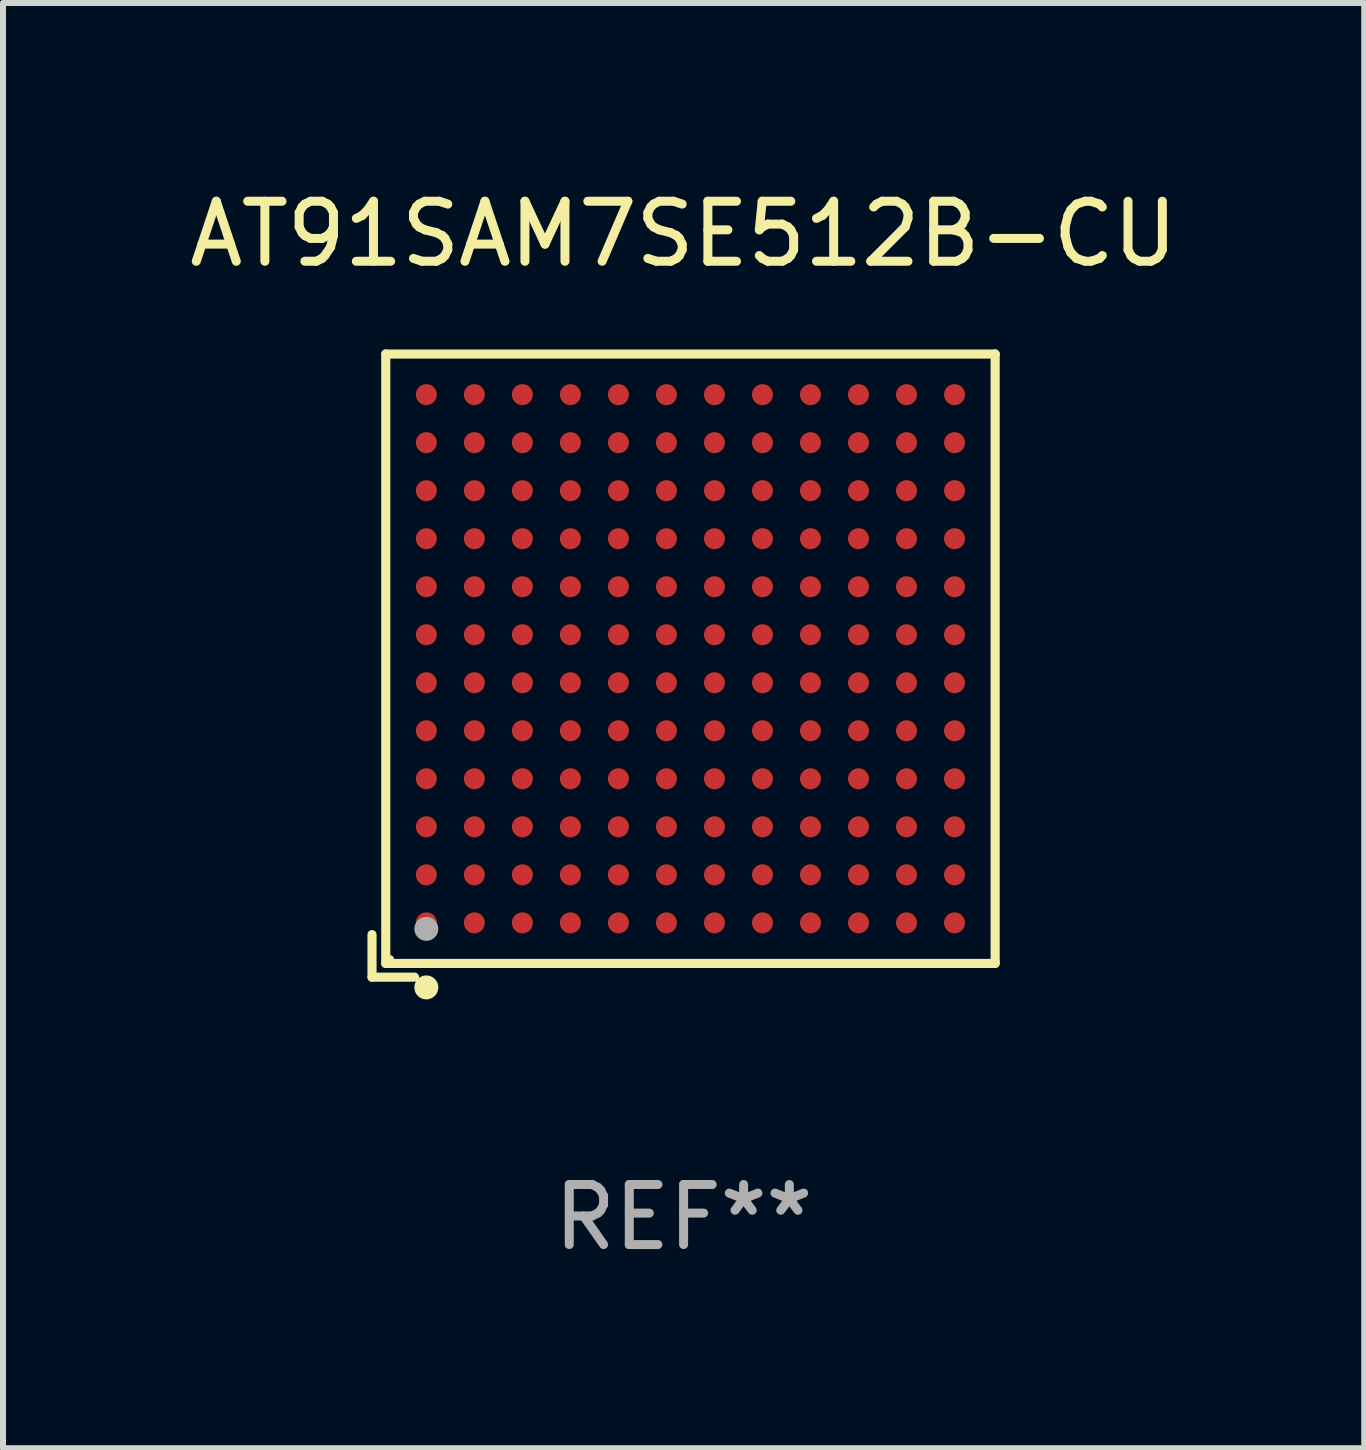
<source format=kicad_pcb>
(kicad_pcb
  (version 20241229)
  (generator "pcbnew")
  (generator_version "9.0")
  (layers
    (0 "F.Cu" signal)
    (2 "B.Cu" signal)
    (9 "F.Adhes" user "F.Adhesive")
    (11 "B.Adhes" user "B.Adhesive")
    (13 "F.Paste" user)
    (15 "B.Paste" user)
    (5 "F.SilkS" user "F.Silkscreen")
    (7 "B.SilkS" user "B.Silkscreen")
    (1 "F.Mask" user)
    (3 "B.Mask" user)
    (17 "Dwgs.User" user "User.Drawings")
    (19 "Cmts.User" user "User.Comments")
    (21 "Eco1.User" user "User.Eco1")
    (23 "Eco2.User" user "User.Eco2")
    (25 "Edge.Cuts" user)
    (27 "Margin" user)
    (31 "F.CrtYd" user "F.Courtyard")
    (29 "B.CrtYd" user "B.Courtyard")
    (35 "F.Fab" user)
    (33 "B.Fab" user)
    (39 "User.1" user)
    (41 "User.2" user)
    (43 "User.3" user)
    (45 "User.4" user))
  (footprint "AT91SAM7SE512B-CU"
    (layer "F.Cu")
    (at 8.339 8.039)
    (property "Reference" "AT91SAM7SE512B-CU" (at 0 -7.191 0) (layer "F.SilkS") (effects (font (size 1 1) (thickness 0.15))))
    (attr through_hole)
    (fp_line (start -5.191 4.482) (end -5.191 5.191) (stroke (width 0.152) (type solid)) (layer "F.SilkS"))
    (fp_line (start -5.191 5.191) (end -4.482 5.191) (stroke (width 0.152) (type solid)) (layer "F.SilkS"))
    (fp_line (start -4.962 -5.191) (end 5.191 -5.191) (stroke (width 0.152) (type solid)) (layer "F.SilkS"))
    (fp_line (start -4.962 4.962) (end -4.962 -5.191) (stroke (width 0.152) (type solid)) (layer "F.SilkS"))
    (fp_line (start 5.191 -5.191) (end 5.191 4.962) (stroke (width 0.152) (type solid)) (layer "F.SilkS"))
    (fp_line (start 5.191 4.962) (end -4.962 4.962) (stroke (width 0.152) (type solid)) (layer "F.SilkS"))
    (fp_circle (center -4.886 4.886) (end -4.856 4.886) (stroke (width 0.06) (type solid)) (fill no) (layer "F.SilkS"))
    (fp_circle (center -4.286 5.362) (end -4.186 5.362) (stroke (width 0.2) (type solid)) (fill no) (layer "F.SilkS"))
    (fp_circle (center -4.286 4.386) (end -4.186 4.386) (stroke (width 0.2) (type solid)) (fill no) (layer "F.Fab"))
    (fp_text user "REF**" (at 0 9.191 0) (layer "F.Fab") (effects (font (size 1 1) (thickness 0.15))))
    (pad "A1" smd circle (at -4.286 4.286) (size 0.35 0.35) (layers "F.Cu" "F.Mask" "F.Paste"))
    (pad "A2" smd circle (at -4.286 3.486) (size 0.35 0.35) (layers "F.Cu" "F.Mask" "F.Paste"))
    (pad "A3" smd circle (at -4.286 2.686) (size 0.35 0.35) (layers "F.Cu" "F.Mask" "F.Paste"))
    (pad "A4" smd circle (at -4.286 1.886) (size 0.35 0.35) (layers "F.Cu" "F.Mask" "F.Paste"))
    (pad "A5" smd circle (at -4.286 1.086) (size 0.35 0.35) (layers "F.Cu" "F.Mask" "F.Paste"))
    (pad "A6" smd circle (at -4.286 0.286) (size 0.35 0.35) (layers "F.Cu" "F.Mask" "F.Paste"))
    (pad "A7" smd circle (at -4.286 -0.514) (size 0.35 0.35) (layers "F.Cu" "F.Mask" "F.Paste"))
    (pad "A8" smd circle (at -4.286 -1.314) (size 0.35 0.35) (layers "F.Cu" "F.Mask" "F.Paste"))
    (pad "A9" smd circle (at -4.286 -2.114) (size 0.35 0.35) (layers "F.Cu" "F.Mask" "F.Paste"))
    (pad "A10" smd circle (at -4.286 -2.914) (size 0.35 0.35) (layers "F.Cu" "F.Mask" "F.Paste"))
    (pad "A11" smd circle (at -4.286 -3.714) (size 0.35 0.35) (layers "F.Cu" "F.Mask" "F.Paste"))
    (pad "A12" smd circle (at -4.286 -4.514) (size 0.35 0.35) (layers "F.Cu" "F.Mask" "F.Paste"))
    (pad "B1" smd circle (at -3.486 4.286) (size 0.35 0.35) (layers "F.Cu" "F.Mask" "F.Paste"))
    (pad "B2" smd circle (at -3.486 3.486) (size 0.35 0.35) (layers "F.Cu" "F.Mask" "F.Paste"))
    (pad "B3" smd circle (at -3.486 2.686) (size 0.35 0.35) (layers "F.Cu" "F.Mask" "F.Paste"))
    (pad "B4" smd circle (at -3.486 1.886) (size 0.35 0.35) (layers "F.Cu" "F.Mask" "F.Paste"))
    (pad "B5" smd circle (at -3.486 1.086) (size 0.35 0.35) (layers "F.Cu" "F.Mask" "F.Paste"))
    (pad "B6" smd circle (at -3.486 0.286) (size 0.35 0.35) (layers "F.Cu" "F.Mask" "F.Paste"))
    (pad "B7" smd circle (at -3.486 -0.514) (size 0.35 0.35) (layers "F.Cu" "F.Mask" "F.Paste"))
    (pad "B8" smd circle (at -3.486 -1.314) (size 0.35 0.35) (layers "F.Cu" "F.Mask" "F.Paste"))
    (pad "B9" smd circle (at -3.486 -2.114) (size 0.35 0.35) (layers "F.Cu" "F.Mask" "F.Paste"))
    (pad "B10" smd circle (at -3.486 -2.914) (size 0.35 0.35) (layers "F.Cu" "F.Mask" "F.Paste"))
    (pad "B11" smd circle (at -3.486 -3.714) (size 0.35 0.35) (layers "F.Cu" "F.Mask" "F.Paste"))
    (pad "B12" smd circle (at -3.486 -4.514) (size 0.35 0.35) (layers "F.Cu" "F.Mask" "F.Paste"))
    (pad "C1" smd circle (at -2.686 4.286) (size 0.35 0.35) (layers "F.Cu" "F.Mask" "F.Paste"))
    (pad "C2" smd circle (at -2.686 3.486) (size 0.35 0.35) (layers "F.Cu" "F.Mask" "F.Paste"))
    (pad "C3" smd circle (at -2.686 2.686) (size 0.35 0.35) (layers "F.Cu" "F.Mask" "F.Paste"))
    (pad "C4" smd circle (at -2.686 1.886) (size 0.35 0.35) (layers "F.Cu" "F.Mask" "F.Paste"))
    (pad "C5" smd circle (at -2.686 1.086) (size 0.35 0.35) (layers "F.Cu" "F.Mask" "F.Paste"))
    (pad "C6" smd circle (at -2.686 0.286) (size 0.35 0.35) (layers "F.Cu" "F.Mask" "F.Paste"))
    (pad "C7" smd circle (at -2.686 -0.514) (size 0.35 0.35) (layers "F.Cu" "F.Mask" "F.Paste"))
    (pad "C8" smd circle (at -2.686 -1.314) (size 0.35 0.35) (layers "F.Cu" "F.Mask" "F.Paste"))
    (pad "C9" smd circle (at -2.686 -2.114) (size 0.35 0.35) (layers "F.Cu" "F.Mask" "F.Paste"))
    (pad "C10" smd circle (at -2.686 -2.914) (size 0.35 0.35) (layers "F.Cu" "F.Mask" "F.Paste"))
    (pad "C11" smd circle (at -2.686 -3.714) (size 0.35 0.35) (layers "F.Cu" "F.Mask" "F.Paste"))
    (pad "C12" smd circle (at -2.686 -4.514) (size 0.35 0.35) (layers "F.Cu" "F.Mask" "F.Paste"))
    (pad "D1" smd circle (at -1.886 4.286) (size 0.35 0.35) (layers "F.Cu" "F.Mask" "F.Paste"))
    (pad "D2" smd circle (at -1.886 3.486) (size 0.35 0.35) (layers "F.Cu" "F.Mask" "F.Paste"))
    (pad "D3" smd circle (at -1.886 2.686) (size 0.35 0.35) (layers "F.Cu" "F.Mask" "F.Paste"))
    (pad "D4" smd circle (at -1.886 1.886) (size 0.35 0.35) (layers "F.Cu" "F.Mask" "F.Paste"))
    (pad "D5" smd circle (at -1.886 1.086) (size 0.35 0.35) (layers "F.Cu" "F.Mask" "F.Paste"))
    (pad "D6" smd circle (at -1.886 0.286) (size 0.35 0.35) (layers "F.Cu" "F.Mask" "F.Paste"))
    (pad "D7" smd circle (at -1.886 -0.514) (size 0.35 0.35) (layers "F.Cu" "F.Mask" "F.Paste"))
    (pad "D8" smd circle (at -1.886 -1.314) (size 0.35 0.35) (layers "F.Cu" "F.Mask" "F.Paste"))
    (pad "D9" smd circle (at -1.886 -2.114) (size 0.35 0.35) (layers "F.Cu" "F.Mask" "F.Paste"))
    (pad "D10" smd circle (at -1.886 -2.914) (size 0.35 0.35) (layers "F.Cu" "F.Mask" "F.Paste"))
    (pad "D11" smd circle (at -1.886 -3.714) (size 0.35 0.35) (layers "F.Cu" "F.Mask" "F.Paste"))
    (pad "D12" smd circle (at -1.886 -4.514) (size 0.35 0.35) (layers "F.Cu" "F.Mask" "F.Paste"))
    (pad "E1" smd circle (at -1.086 4.286) (size 0.35 0.35) (layers "F.Cu" "F.Mask" "F.Paste"))
    (pad "E2" smd circle (at -1.086 3.486) (size 0.35 0.35) (layers "F.Cu" "F.Mask" "F.Paste"))
    (pad "E3" smd circle (at -1.086 2.686) (size 0.35 0.35) (layers "F.Cu" "F.Mask" "F.Paste"))
    (pad "E4" smd circle (at -1.086 1.886) (size 0.35 0.35) (layers "F.Cu" "F.Mask" "F.Paste"))
    (pad "E5" smd circle (at -1.086 1.086) (size 0.35 0.35) (layers "F.Cu" "F.Mask" "F.Paste"))
    (pad "E6" smd circle (at -1.086 0.286) (size 0.35 0.35) (layers "F.Cu" "F.Mask" "F.Paste"))
    (pad "E7" smd circle (at -1.086 -0.514) (size 0.35 0.35) (layers "F.Cu" "F.Mask" "F.Paste"))
    (pad "E8" smd circle (at -1.086 -1.314) (size 0.35 0.35) (layers "F.Cu" "F.Mask" "F.Paste"))
    (pad "E9" smd circle (at -1.086 -2.114) (size 0.35 0.35) (layers "F.Cu" "F.Mask" "F.Paste"))
    (pad "E10" smd circle (at -1.086 -2.914) (size 0.35 0.35) (layers "F.Cu" "F.Mask" "F.Paste"))
    (pad "E11" smd circle (at -1.086 -3.714) (size 0.35 0.35) (layers "F.Cu" "F.Mask" "F.Paste"))
    (pad "E12" smd circle (at -1.086 -4.514) (size 0.35 0.35) (layers "F.Cu" "F.Mask" "F.Paste"))
    (pad "F1" smd circle (at -0.286 4.286) (size 0.35 0.35) (layers "F.Cu" "F.Mask" "F.Paste"))
    (pad "F2" smd circle (at -0.286 3.486) (size 0.35 0.35) (layers "F.Cu" "F.Mask" "F.Paste"))
    (pad "F3" smd circle (at -0.286 2.686) (size 0.35 0.35) (layers "F.Cu" "F.Mask" "F.Paste"))
    (pad "F4" smd circle (at -0.286 1.886) (size 0.35 0.35) (layers "F.Cu" "F.Mask" "F.Paste"))
    (pad "F5" smd circle (at -0.286 1.086) (size 0.35 0.35) (layers "F.Cu" "F.Mask" "F.Paste"))
    (pad "F6" smd circle (at -0.286 0.286) (size 0.35 0.35) (layers "F.Cu" "F.Mask" "F.Paste"))
    (pad "F7" smd circle (at -0.286 -0.514) (size 0.35 0.35) (layers "F.Cu" "F.Mask" "F.Paste"))
    (pad "F8" smd circle (at -0.286 -1.314) (size 0.35 0.35) (layers "F.Cu" "F.Mask" "F.Paste"))
    (pad "F9" smd circle (at -0.286 -2.114) (size 0.35 0.35) (layers "F.Cu" "F.Mask" "F.Paste"))
    (pad "F10" smd circle (at -0.286 -2.914) (size 0.35 0.35) (layers "F.Cu" "F.Mask" "F.Paste"))
    (pad "F11" smd circle (at -0.286 -3.714) (size 0.35 0.35) (layers "F.Cu" "F.Mask" "F.Paste"))
    (pad "F12" smd circle (at -0.286 -4.514) (size 0.35 0.35) (layers "F.Cu" "F.Mask" "F.Paste"))
    (pad "G1" smd circle (at 0.514 4.286) (size 0.35 0.35) (layers "F.Cu" "F.Mask" "F.Paste"))
    (pad "G2" smd circle (at 0.514 3.486) (size 0.35 0.35) (layers "F.Cu" "F.Mask" "F.Paste"))
    (pad "G3" smd circle (at 0.514 2.686) (size 0.35 0.35) (layers "F.Cu" "F.Mask" "F.Paste"))
    (pad "G4" smd circle (at 0.514 1.886) (size 0.35 0.35) (layers "F.Cu" "F.Mask" "F.Paste"))
    (pad "G5" smd circle (at 0.514 1.086) (size 0.35 0.35) (layers "F.Cu" "F.Mask" "F.Paste"))
    (pad "G6" smd circle (at 0.514 0.286) (size 0.35 0.35) (layers "F.Cu" "F.Mask" "F.Paste"))
    (pad "G7" smd circle (at 0.514 -0.514) (size 0.35 0.35) (layers "F.Cu" "F.Mask" "F.Paste"))
    (pad "G8" smd circle (at 0.514 -1.314) (size 0.35 0.35) (layers "F.Cu" "F.Mask" "F.Paste"))
    (pad "G9" smd circle (at 0.514 -2.114) (size 0.35 0.35) (layers "F.Cu" "F.Mask" "F.Paste"))
    (pad "G10" smd circle (at 0.514 -2.914) (size 0.35 0.35) (layers "F.Cu" "F.Mask" "F.Paste"))
    (pad "G11" smd circle (at 0.514 -3.714) (size 0.35 0.35) (layers "F.Cu" "F.Mask" "F.Paste"))
    (pad "G12" smd circle (at 0.514 -4.514) (size 0.35 0.35) (layers "F.Cu" "F.Mask" "F.Paste"))
    (pad "H1" smd circle (at 1.314 4.286) (size 0.35 0.35) (layers "F.Cu" "F.Mask" "F.Paste"))
    (pad "H2" smd circle (at 1.314 3.486) (size 0.35 0.35) (layers "F.Cu" "F.Mask" "F.Paste"))
    (pad "H3" smd circle (at 1.314 2.686) (size 0.35 0.35) (layers "F.Cu" "F.Mask" "F.Paste"))
    (pad "H4" smd circle (at 1.314 1.886) (size 0.35 0.35) (layers "F.Cu" "F.Mask" "F.Paste"))
    (pad "H5" smd circle (at 1.314 1.086) (size 0.35 0.35) (layers "F.Cu" "F.Mask" "F.Paste"))
    (pad "H6" smd circle (at 1.314 0.286) (size 0.35 0.35) (layers "F.Cu" "F.Mask" "F.Paste"))
    (pad "H7" smd circle (at 1.314 -0.514) (size 0.35 0.35) (layers "F.Cu" "F.Mask" "F.Paste"))
    (pad "H8" smd circle (at 1.314 -1.314) (size 0.35 0.35) (layers "F.Cu" "F.Mask" "F.Paste"))
    (pad "H9" smd circle (at 1.314 -2.114) (size 0.35 0.35) (layers "F.Cu" "F.Mask" "F.Paste"))
    (pad "H10" smd circle (at 1.314 -2.914) (size 0.35 0.35) (layers "F.Cu" "F.Mask" "F.Paste"))
    (pad "H11" smd circle (at 1.314 -3.714) (size 0.35 0.35) (layers "F.Cu" "F.Mask" "F.Paste"))
    (pad "H12" smd circle (at 1.314 -4.514) (size 0.35 0.35) (layers "F.Cu" "F.Mask" "F.Paste"))
    (pad "J1" smd circle (at 2.114 4.286) (size 0.35 0.35) (layers "F.Cu" "F.Mask" "F.Paste"))
    (pad "J2" smd circle (at 2.114 3.486) (size 0.35 0.35) (layers "F.Cu" "F.Mask" "F.Paste"))
    (pad "J3" smd circle (at 2.114 2.686) (size 0.35 0.35) (layers "F.Cu" "F.Mask" "F.Paste"))
    (pad "J4" smd circle (at 2.114 1.886) (size 0.35 0.35) (layers "F.Cu" "F.Mask" "F.Paste"))
    (pad "J5" smd circle (at 2.114 1.086) (size 0.35 0.35) (layers "F.Cu" "F.Mask" "F.Paste"))
    (pad "J6" smd circle (at 2.114 0.286) (size 0.35 0.35) (layers "F.Cu" "F.Mask" "F.Paste"))
    (pad "J7" smd circle (at 2.114 -0.514) (size 0.35 0.35) (layers "F.Cu" "F.Mask" "F.Paste"))
    (pad "J8" smd circle (at 2.114 -1.314) (size 0.35 0.35) (layers "F.Cu" "F.Mask" "F.Paste"))
    (pad "J9" smd circle (at 2.114 -2.114) (size 0.35 0.35) (layers "F.Cu" "F.Mask" "F.Paste"))
    (pad "J10" smd circle (at 2.114 -2.914) (size 0.35 0.35) (layers "F.Cu" "F.Mask" "F.Paste"))
    (pad "J11" smd circle (at 2.114 -3.714) (size 0.35 0.35) (layers "F.Cu" "F.Mask" "F.Paste"))
    (pad "J12" smd circle (at 2.114 -4.514) (size 0.35 0.35) (layers "F.Cu" "F.Mask" "F.Paste"))
    (pad "K1" smd circle (at 2.914 4.286) (size 0.35 0.35) (layers "F.Cu" "F.Mask" "F.Paste"))
    (pad "K2" smd circle (at 2.914 3.486) (size 0.35 0.35) (layers "F.Cu" "F.Mask" "F.Paste"))
    (pad "K3" smd circle (at 2.914 2.686) (size 0.35 0.35) (layers "F.Cu" "F.Mask" "F.Paste"))
    (pad "K4" smd circle (at 2.914 1.886) (size 0.35 0.35) (layers "F.Cu" "F.Mask" "F.Paste"))
    (pad "K5" smd circle (at 2.914 1.086) (size 0.35 0.35) (layers "F.Cu" "F.Mask" "F.Paste"))
    (pad "K6" smd circle (at 2.914 0.286) (size 0.35 0.35) (layers "F.Cu" "F.Mask" "F.Paste"))
    (pad "K7" smd circle (at 2.914 -0.514) (size 0.35 0.35) (layers "F.Cu" "F.Mask" "F.Paste"))
    (pad "K8" smd circle (at 2.914 -1.314) (size 0.35 0.35) (layers "F.Cu" "F.Mask" "F.Paste"))
    (pad "K9" smd circle (at 2.914 -2.114) (size 0.35 0.35) (layers "F.Cu" "F.Mask" "F.Paste"))
    (pad "K10" smd circle (at 2.914 -2.914) (size 0.35 0.35) (layers "F.Cu" "F.Mask" "F.Paste"))
    (pad "K11" smd circle (at 2.914 -3.714) (size 0.35 0.35) (layers "F.Cu" "F.Mask" "F.Paste"))
    (pad "K12" smd circle (at 2.914 -4.514) (size 0.35 0.35) (layers "F.Cu" "F.Mask" "F.Paste"))
    (pad "L1" smd circle (at 3.714 4.286) (size 0.35 0.35) (layers "F.Cu" "F.Mask" "F.Paste"))
    (pad "L2" smd circle (at 3.714 3.486) (size 0.35 0.35) (layers "F.Cu" "F.Mask" "F.Paste"))
    (pad "L3" smd circle (at 3.714 2.686) (size 0.35 0.35) (layers "F.Cu" "F.Mask" "F.Paste"))
    (pad "L4" smd circle (at 3.714 1.886) (size 0.35 0.35) (layers "F.Cu" "F.Mask" "F.Paste"))
    (pad "L5" smd circle (at 3.714 1.086) (size 0.35 0.35) (layers "F.Cu" "F.Mask" "F.Paste"))
    (pad "L6" smd circle (at 3.714 0.286) (size 0.35 0.35) (layers "F.Cu" "F.Mask" "F.Paste"))
    (pad "L7" smd circle (at 3.714 -0.514) (size 0.35 0.35) (layers "F.Cu" "F.Mask" "F.Paste"))
    (pad "L8" smd circle (at 3.714 -1.314) (size 0.35 0.35) (layers "F.Cu" "F.Mask" "F.Paste"))
    (pad "L9" smd circle (at 3.714 -2.114) (size 0.35 0.35) (layers "F.Cu" "F.Mask" "F.Paste"))
    (pad "L10" smd circle (at 3.714 -2.914) (size 0.35 0.35) (layers "F.Cu" "F.Mask" "F.Paste"))
    (pad "L11" smd circle (at 3.714 -3.714) (size 0.35 0.35) (layers "F.Cu" "F.Mask" "F.Paste"))
    (pad "L12" smd circle (at 3.714 -4.514) (size 0.35 0.35) (layers "F.Cu" "F.Mask" "F.Paste"))
    (pad "M1" smd circle (at 4.514 4.286) (size 0.35 0.35) (layers "F.Cu" "F.Mask" "F.Paste"))
    (pad "M2" smd circle (at 4.514 3.486) (size 0.35 0.35) (layers "F.Cu" "F.Mask" "F.Paste"))
    (pad "M3" smd circle (at 4.514 2.686) (size 0.35 0.35) (layers "F.Cu" "F.Mask" "F.Paste"))
    (pad "M4" smd circle (at 4.514 1.886) (size 0.35 0.35) (layers "F.Cu" "F.Mask" "F.Paste"))
    (pad "M5" smd circle (at 4.514 1.086) (size 0.35 0.35) (layers "F.Cu" "F.Mask" "F.Paste"))
    (pad "M6" smd circle (at 4.514 0.286) (size 0.35 0.35) (layers "F.Cu" "F.Mask" "F.Paste"))
    (pad "M7" smd circle (at 4.514 -0.514) (size 0.35 0.35) (layers "F.Cu" "F.Mask" "F.Paste"))
    (pad "M8" smd circle (at 4.514 -1.314) (size 0.35 0.35) (layers "F.Cu" "F.Mask" "F.Paste"))
    (pad "M9" smd circle (at 4.514 -2.114) (size 0.35 0.35) (layers "F.Cu" "F.Mask" "F.Paste"))
    (pad "M10" smd circle (at 4.514 -2.914) (size 0.35 0.35) (layers "F.Cu" "F.Mask" "F.Paste"))
    (pad "M11" smd circle (at 4.514 -3.714) (size 0.35 0.35) (layers "F.Cu" "F.Mask" "F.Paste"))
    (pad "M12" smd circle (at 4.514 -4.514) (size 0.35 0.35) (layers "F.Cu" "F.Mask" "F.Paste")))
  (gr_rect
    (start -3 -3)
    (end 19.679 21.078)
    (stroke (width 0.1) (type default))
    (fill no)
    (layer "Edge.Cuts")))
</source>
